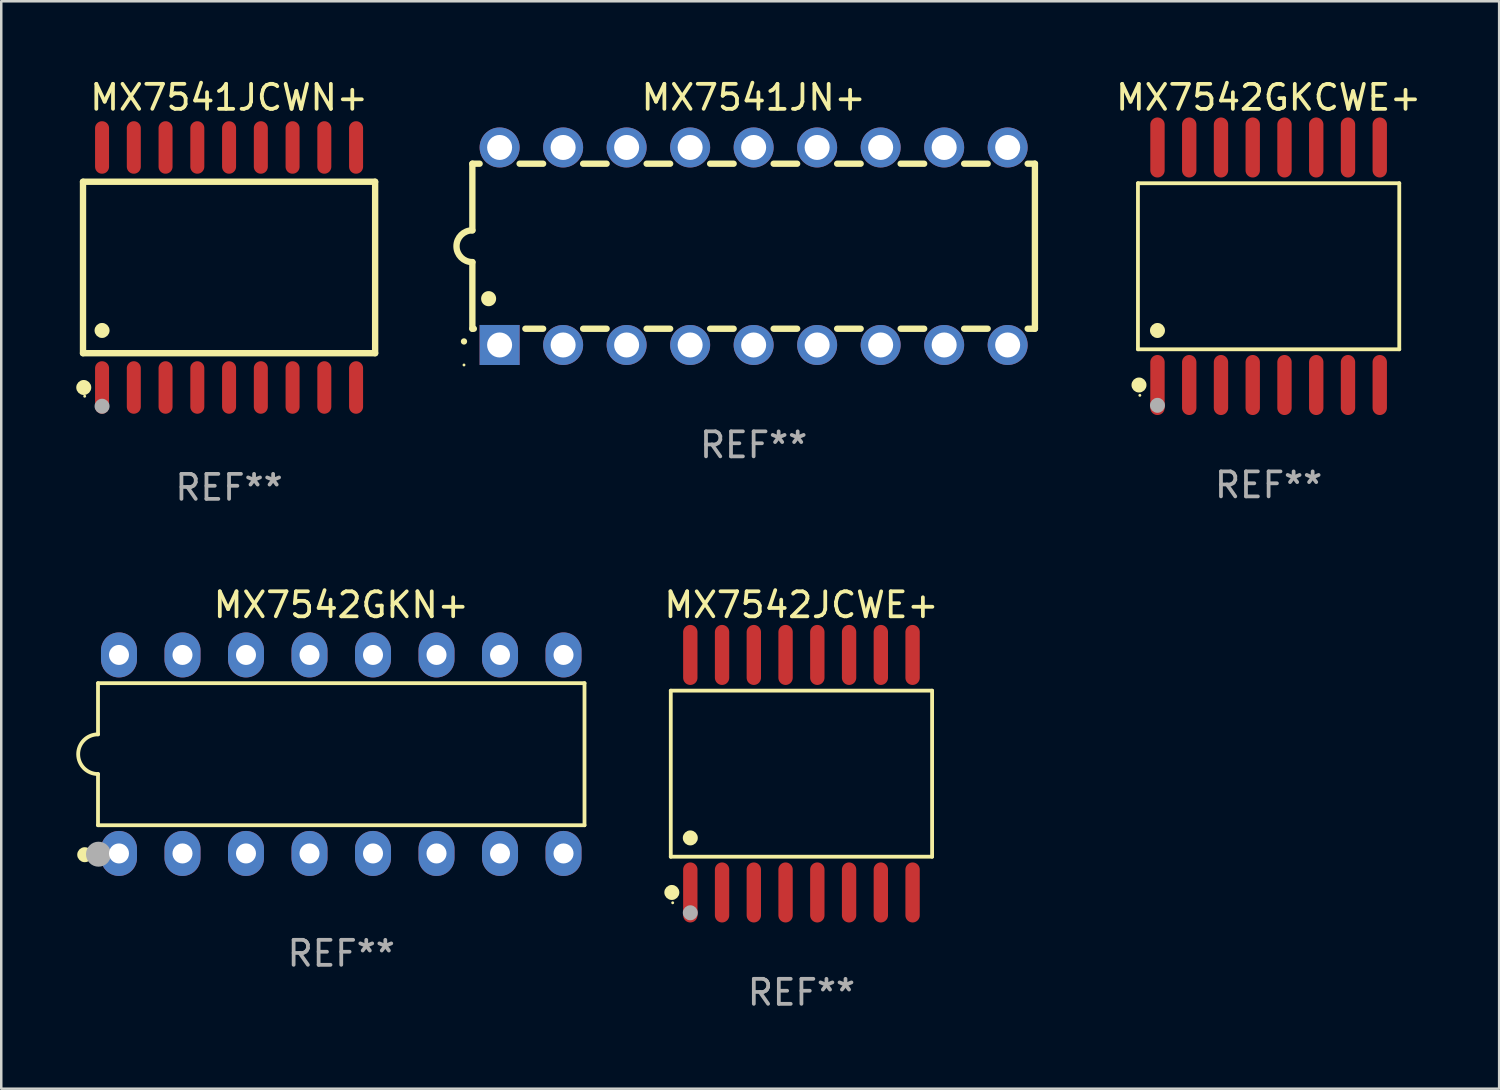
<source format=kicad_pcb>
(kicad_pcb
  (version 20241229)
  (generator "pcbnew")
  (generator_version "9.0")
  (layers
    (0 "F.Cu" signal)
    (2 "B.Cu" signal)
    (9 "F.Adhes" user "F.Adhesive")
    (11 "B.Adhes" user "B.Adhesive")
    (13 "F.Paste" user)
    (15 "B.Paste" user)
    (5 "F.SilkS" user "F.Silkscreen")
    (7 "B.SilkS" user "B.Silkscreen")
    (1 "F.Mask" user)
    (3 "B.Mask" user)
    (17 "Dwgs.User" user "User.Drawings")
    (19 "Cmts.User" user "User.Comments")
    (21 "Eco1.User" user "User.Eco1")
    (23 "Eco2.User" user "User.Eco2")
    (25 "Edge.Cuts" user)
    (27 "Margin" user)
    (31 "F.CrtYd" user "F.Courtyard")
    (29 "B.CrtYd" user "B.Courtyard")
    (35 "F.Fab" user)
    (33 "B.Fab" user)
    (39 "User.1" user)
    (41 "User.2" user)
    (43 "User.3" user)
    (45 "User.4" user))
  (footprint "MX7541JN+"
    (layer "F.Cu")
    (at 27.093 6.798)
    (property "Reference" "MX7541JN+" (at 0 -5.95 0) (layer "F.SilkS") (effects (font (size 1 1) (thickness 0.15))))
    (attr through_hole)
    (fp_line (start -11.25 -3.3) (end -11.25 -0.635) (stroke (width 0.254) (type solid)) (layer "F.SilkS"))
    (fp_line (start -11.25 -3.3) (end -10.96 -3.3) (stroke (width 0.254) (type solid)) (layer "F.SilkS"))
    (fp_line (start -11.25 3.3) (end -11.25 0.635) (stroke (width 0.254) (type solid)) (layer "F.SilkS"))
    (fp_line (start -11.25 3.3) (end -11.191 3.3) (stroke (width 0.254) (type solid)) (layer "F.SilkS"))
    (fp_line (start -9.36 -3.3) (end -8.42 -3.3) (stroke (width 0.254) (type solid)) (layer "F.SilkS"))
    (fp_line (start -9.129 3.3) (end -8.42 3.3) (stroke (width 0.254) (type solid)) (layer "F.SilkS"))
    (fp_line (start -6.82 -3.3) (end -5.88 -3.3) (stroke (width 0.254) (type solid)) (layer "F.SilkS"))
    (fp_line (start -6.82 3.3) (end -5.88 3.3) (stroke (width 0.254) (type solid)) (layer "F.SilkS"))
    (fp_line (start -4.28 -3.3) (end -3.34 -3.3) (stroke (width 0.254) (type solid)) (layer "F.SilkS"))
    (fp_line (start -4.28 3.3) (end -3.34 3.3) (stroke (width 0.254) (type solid)) (layer "F.SilkS"))
    (fp_line (start -1.74 -3.3) (end -0.8 -3.3) (stroke (width 0.254) (type solid)) (layer "F.SilkS"))
    (fp_line (start -1.74 3.3) (end -0.8 3.3) (stroke (width 0.254) (type solid)) (layer "F.SilkS"))
    (fp_line (start 0.8 -3.3) (end 1.74 -3.3) (stroke (width 0.254) (type solid)) (layer "F.SilkS"))
    (fp_line (start 0.8 3.3) (end 1.74 3.3) (stroke (width 0.254) (type solid)) (layer "F.SilkS"))
    (fp_line (start 3.34 -3.3) (end 4.28 -3.3) (stroke (width 0.254) (type solid)) (layer "F.SilkS"))
    (fp_line (start 3.34 3.3) (end 4.28 3.3) (stroke (width 0.254) (type solid)) (layer "F.SilkS"))
    (fp_line (start 5.88 -3.3) (end 6.82 -3.3) (stroke (width 0.254) (type solid)) (layer "F.SilkS"))
    (fp_line (start 5.88 3.3) (end 6.82 3.3) (stroke (width 0.254) (type solid)) (layer "F.SilkS"))
    (fp_line (start 8.42 -3.3) (end 9.36 -3.3) (stroke (width 0.254) (type solid)) (layer "F.SilkS"))
    (fp_line (start 8.42 3.3) (end 9.36 3.3) (stroke (width 0.254) (type solid)) (layer "F.SilkS"))
    (fp_line (start 10.96 -3.3) (end 11.25 -3.3) (stroke (width 0.254) (type solid)) (layer "F.SilkS"))
    (fp_line (start 10.96 3.3) (end 11.25 3.3) (stroke (width 0.254) (type solid)) (layer "F.SilkS"))
    (fp_line (start 11.25 -3.3) (end 11.25 3.3) (stroke (width 0.254) (type solid)) (layer "F.SilkS"))
    (fp_arc (start -11.584963 3.810008) (mid -11.58497 3.808738) (end -11.584963 3.807468) (stroke (width 0.25) (type solid)) (layer "F.SilkS"))
    (fp_arc (start -11.250013 0.635001) (mid -11.884684 -0.000165) (end -11.249683 -0.635001) (stroke (width 0.254001) (type solid)) (layer "F.SilkS"))
    (fp_arc (start -10.600025 2.1) (mid -10.600036 2.09746) (end -10.600025 2.09492) (stroke (width 0.6) (type solid)) (layer "F.SilkS"))
    (fp_circle (center -11.585 4.75) (end -11.555 4.75) (stroke (width 0.06) (type solid)) (fill no) (layer "F.SilkS"))
    (fp_text user "REF**" (at 0 7.95 0) (layer "F.Fab") (effects (font (size 1 1) (thickness 0.15))))
    (pad "1" thru_hole rect (at -10.16 3.95 90) (size 1.6 1.6) (drill 1) (layers "*.Cu" "*.Mask"))
    (pad "2" thru_hole circle (at -7.62 3.95 90) (size 1.6 1.6) (drill 1) (layers "*.Cu" "*.Mask"))
    (pad "3" thru_hole circle (at -5.08 3.95 90) (size 1.6 1.6) (drill 1) (layers "*.Cu" "*.Mask"))
    (pad "4" thru_hole circle (at -2.54 3.95 90) (size 1.6 1.6) (drill 1) (layers "*.Cu" "*.Mask"))
    (pad "5" thru_hole circle (at 0 3.95 90) (size 1.6 1.6) (drill 1) (layers "*.Cu" "*.Mask"))
    (pad "6" thru_hole circle (at 2.54 3.95 90) (size 1.6 1.6) (drill 1) (layers "*.Cu" "*.Mask"))
    (pad "7" thru_hole circle (at 5.08 3.95 90) (size 1.6 1.6) (drill 1) (layers "*.Cu" "*.Mask"))
    (pad "8" thru_hole circle (at 7.62 3.95 90) (size 1.6 1.6) (drill 1) (layers "*.Cu" "*.Mask"))
    (pad "9" thru_hole circle (at 10.16 3.95 90) (size 1.6 1.6) (drill 1) (layers "*.Cu" "*.Mask"))
    (pad "10" thru_hole circle (at 10.16 -3.95 90) (size 1.6 1.6) (drill 1) (layers "*.Cu" "*.Mask"))
    (pad "11" thru_hole circle (at 7.62 -3.95 90) (size 1.6 1.6) (drill 1) (layers "*.Cu" "*.Mask"))
    (pad "12" thru_hole circle (at 5.08 -3.95 90) (size 1.6 1.6) (drill 1) (layers "*.Cu" "*.Mask"))
    (pad "13" thru_hole circle (at 2.54 -3.95 90) (size 1.6 1.6) (drill 1) (layers "*.Cu" "*.Mask"))
    (pad "14" thru_hole circle (at 0 -3.95 90) (size 1.6 1.6) (drill 1) (layers "*.Cu" "*.Mask"))
    (pad "15" thru_hole circle (at -2.54 -3.95 90) (size 1.6 1.6) (drill 1) (layers "*.Cu" "*.Mask"))
    (pad "16" thru_hole circle (at -5.08 -3.95 90) (size 1.6 1.6) (drill 1) (layers "*.Cu" "*.Mask"))
    (pad "17" thru_hole circle (at -7.62 -3.95 90) (size 1.6 1.6) (drill 1) (layers "*.Cu" "*.Mask"))
    (pad "18" thru_hole circle (at -10.16 -3.95 90) (size 1.6 1.6) (drill 1) (layers "*.Cu" "*.Mask")))
  (footprint "MX7542GKCWE+"
    (layer "F.Cu")
    (at 47.69 7.599)
    (property "Reference" "MX7542GKCWE+" (at 0 -6.75 0) (layer "F.SilkS") (effects (font (size 1 1) (thickness 0.15))))
    (attr through_hole)
    (fp_line (start -5.226 -3.321) (end 5.226 -3.321) (stroke (width 0.152) (type solid)) (layer "F.SilkS"))
    (fp_line (start -5.226 3.321) (end -5.226 -3.321) (stroke (width 0.152) (type solid)) (layer "F.SilkS"))
    (fp_line (start 5.226 -3.321) (end 5.226 3.321) (stroke (width 0.152) (type solid)) (layer "F.SilkS"))
    (fp_line (start 5.226 3.321) (end -5.226 3.321) (stroke (width 0.152) (type solid)) (layer "F.SilkS"))
    (fp_circle (center -5.184 4.75) (end -5.034 4.75) (stroke (width 0.3) (type solid)) (fill no) (layer "F.SilkS"))
    (fp_circle (center -5.15 5.163) (end -5.12 5.163) (stroke (width 0.06) (type solid)) (fill no) (layer "F.SilkS"))
    (fp_circle (center -4.445 2.569) (end -4.295 2.569) (stroke (width 0.3) (type solid)) (fill no) (layer "F.SilkS"))
    (fp_circle (center -4.445 5.563) (end -4.295 5.563) (stroke (width 0.3) (type solid)) (fill no) (layer "F.Fab"))
    (fp_text user "REF**" (at 0 8.75 0) (layer "F.Fab") (effects (font (size 1 1) (thickness 0.15))))
    (pad "1" smd oval (at -4.445 4.75) (size 0.574 2.401) (layers "F.Cu" "F.Mask" "F.Paste"))
    (pad "2" smd oval (at -3.175 4.75) (size 0.574 2.401) (layers "F.Cu" "F.Mask" "F.Paste"))
    (pad "3" smd oval (at -1.905 4.75) (size 0.574 2.401) (layers "F.Cu" "F.Mask" "F.Paste"))
    (pad "4" smd oval (at -0.635 4.75) (size 0.574 2.401) (layers "F.Cu" "F.Mask" "F.Paste"))
    (pad "5" smd oval (at 0.635 4.75) (size 0.574 2.401) (layers "F.Cu" "F.Mask" "F.Paste"))
    (pad "6" smd oval (at 1.905 4.75) (size 0.574 2.401) (layers "F.Cu" "F.Mask" "F.Paste"))
    (pad "7" smd oval (at 3.175 4.75) (size 0.574 2.401) (layers "F.Cu" "F.Mask" "F.Paste"))
    (pad "8" smd oval (at 4.445 4.75) (size 0.574 2.401) (layers "F.Cu" "F.Mask" "F.Paste"))
    (pad "9" smd oval (at 4.445 -4.75) (size 0.574 2.401) (layers "F.Cu" "F.Mask" "F.Paste"))
    (pad "10" smd oval (at 3.175 -4.75) (size 0.574 2.401) (layers "F.Cu" "F.Mask" "F.Paste"))
    (pad "11" smd oval (at 1.905 -4.75) (size 0.574 2.401) (layers "F.Cu" "F.Mask" "F.Paste"))
    (pad "12" smd oval (at 0.635 -4.75) (size 0.574 2.401) (layers "F.Cu" "F.Mask" "F.Paste"))
    (pad "13" smd oval (at -0.635 -4.75) (size 0.574 2.401) (layers "F.Cu" "F.Mask" "F.Paste"))
    (pad "14" smd oval (at -1.905 -4.75) (size 0.574 2.401) (layers "F.Cu" "F.Mask" "F.Paste"))
    (pad "15" smd oval (at -3.175 -4.75) (size 0.574 2.401) (layers "F.Cu" "F.Mask" "F.Paste"))
    (pad "16" smd oval (at -4.445 -4.75) (size 0.574 2.401) (layers "F.Cu" "F.Mask" "F.Paste")))
  (footprint "MX7541JCWN+"
    (layer "F.Cu")
    (at 6.112 7.648)
    (property "Reference" "MX7541JCWN+" (at 0 -6.8 0) (layer "F.SilkS") (effects (font (size 1 1) (thickness 0.15))))
    (attr through_hole)
    (fp_line (start -5.842 -3.429) (end -5.842 3.429) (stroke (width 0.254) (type solid)) (layer "F.SilkS"))
    (fp_line (start -5.842 3.429) (end 5.842 3.429) (stroke (width 0.254) (type solid)) (layer "F.SilkS"))
    (fp_line (start 5.842 -3.429) (end -5.842 -3.429) (stroke (width 0.254) (type solid)) (layer "F.SilkS"))
    (fp_line (start 5.842 3.429) (end 5.842 -3.429) (stroke (width 0.254) (type solid)) (layer "F.SilkS"))
    (fp_circle (center -5.812 4.8) (end -5.662 4.8) (stroke (width 0.3) (type solid)) (fill no) (layer "F.SilkS"))
    (fp_circle (center -5.775 5.15) (end -5.745 5.15) (stroke (width 0.06) (type solid)) (fill no) (layer "F.SilkS"))
    (fp_circle (center -5.08 2.519) (end -4.93 2.519) (stroke (width 0.3) (type solid)) (fill no) (layer "F.SilkS"))
    (fp_circle (center -5.08 5.55) (end -4.93 5.55) (stroke (width 0.3) (type solid)) (fill no) (layer "F.Fab"))
    (fp_text user "REF**" (at 0 8.8 0) (layer "F.Fab") (effects (font (size 1 1) (thickness 0.15))))
    (pad "1" smd oval (at -5.08 4.8) (size 0.56 2.1) (layers "F.Cu" "F.Mask" "F.Paste"))
    (pad "2" smd oval (at -3.81 4.8) (size 0.56 2.1) (layers "F.Cu" "F.Mask" "F.Paste"))
    (pad "3" smd oval (at -2.54 4.8) (size 0.56 2.1) (layers "F.Cu" "F.Mask" "F.Paste"))
    (pad "4" smd oval (at -1.27 4.8) (size 0.56 2.1) (layers "F.Cu" "F.Mask" "F.Paste"))
    (pad "5" smd oval (at 0 4.8) (size 0.56 2.1) (layers "F.Cu" "F.Mask" "F.Paste"))
    (pad "6" smd oval (at 1.27 4.8) (size 0.56 2.1) (layers "F.Cu" "F.Mask" "F.Paste"))
    (pad "7" smd oval (at 2.54 4.8) (size 0.56 2.1) (layers "F.Cu" "F.Mask" "F.Paste"))
    (pad "8" smd oval (at 3.81 4.8) (size 0.56 2.1) (layers "F.Cu" "F.Mask" "F.Paste"))
    (pad "9" smd oval (at 5.08 4.8) (size 0.56 2.1) (layers "F.Cu" "F.Mask" "F.Paste"))
    (pad "10" smd oval (at 5.08 -4.8) (size 0.56 2.1) (layers "F.Cu" "F.Mask" "F.Paste"))
    (pad "11" smd oval (at 3.81 -4.8) (size 0.56 2.1) (layers "F.Cu" "F.Mask" "F.Paste"))
    (pad "12" smd oval (at 2.54 -4.8) (size 0.56 2.1) (layers "F.Cu" "F.Mask" "F.Paste"))
    (pad "13" smd oval (at 1.27 -4.8) (size 0.56 2.1) (layers "F.Cu" "F.Mask" "F.Paste"))
    (pad "14" smd oval (at 0 -4.8) (size 0.56 2.1) (layers "F.Cu" "F.Mask" "F.Paste"))
    (pad "15" smd oval (at -1.27 -4.8) (size 0.56 2.1) (layers "F.Cu" "F.Mask" "F.Paste"))
    (pad "16" smd oval (at -2.54 -4.8) (size 0.56 2.1) (layers "F.Cu" "F.Mask" "F.Paste"))
    (pad "17" smd oval (at -3.81 -4.8) (size 0.56 2.1) (layers "F.Cu" "F.Mask" "F.Paste"))
    (pad "18" smd oval (at -5.08 -4.8) (size 0.56 2.1) (layers "F.Cu" "F.Mask" "F.Paste")))
  (footprint "MX7542JCWE+"
    (layer "F.Cu")
    (at 29.005 27.895)
    (property "Reference" "MX7542JCWE+" (at 0 -6.75 0) (layer "F.SilkS") (effects (font (size 1 1) (thickness 0.15))))
    (attr through_hole)
    (fp_line (start -5.226 -3.321) (end 5.226 -3.321) (stroke (width 0.152) (type solid)) (layer "F.SilkS"))
    (fp_line (start -5.226 3.321) (end -5.226 -3.321) (stroke (width 0.152) (type solid)) (layer "F.SilkS"))
    (fp_line (start 5.226 -3.321) (end 5.226 3.321) (stroke (width 0.152) (type solid)) (layer "F.SilkS"))
    (fp_line (start 5.226 3.321) (end -5.226 3.321) (stroke (width 0.152) (type solid)) (layer "F.SilkS"))
    (fp_circle (center -5.184 4.75) (end -5.034 4.75) (stroke (width 0.3) (type solid)) (fill no) (layer "F.SilkS"))
    (fp_circle (center -5.15 5.163) (end -5.12 5.163) (stroke (width 0.06) (type solid)) (fill no) (layer "F.SilkS"))
    (fp_circle (center -4.445 2.569) (end -4.295 2.569) (stroke (width 0.3) (type solid)) (fill no) (layer "F.SilkS"))
    (fp_circle (center -4.445 5.563) (end -4.295 5.563) (stroke (width 0.3) (type solid)) (fill no) (layer "F.Fab"))
    (fp_text user "REF**" (at 0 8.75 0) (layer "F.Fab") (effects (font (size 1 1) (thickness 0.15))))
    (pad "1" smd oval (at -4.445 4.75) (size 0.574 2.401) (layers "F.Cu" "F.Mask" "F.Paste"))
    (pad "2" smd oval (at -3.175 4.75) (size 0.574 2.401) (layers "F.Cu" "F.Mask" "F.Paste"))
    (pad "3" smd oval (at -1.905 4.75) (size 0.574 2.401) (layers "F.Cu" "F.Mask" "F.Paste"))
    (pad "4" smd oval (at -0.635 4.75) (size 0.574 2.401) (layers "F.Cu" "F.Mask" "F.Paste"))
    (pad "5" smd oval (at 0.635 4.75) (size 0.574 2.401) (layers "F.Cu" "F.Mask" "F.Paste"))
    (pad "6" smd oval (at 1.905 4.75) (size 0.574 2.401) (layers "F.Cu" "F.Mask" "F.Paste"))
    (pad "7" smd oval (at 3.175 4.75) (size 0.574 2.401) (layers "F.Cu" "F.Mask" "F.Paste"))
    (pad "8" smd oval (at 4.445 4.75) (size 0.574 2.401) (layers "F.Cu" "F.Mask" "F.Paste"))
    (pad "9" smd oval (at 4.445 -4.75) (size 0.574 2.401) (layers "F.Cu" "F.Mask" "F.Paste"))
    (pad "10" smd oval (at 3.175 -4.75) (size 0.574 2.401) (layers "F.Cu" "F.Mask" "F.Paste"))
    (pad "11" smd oval (at 1.905 -4.75) (size 0.574 2.401) (layers "F.Cu" "F.Mask" "F.Paste"))
    (pad "12" smd oval (at 0.635 -4.75) (size 0.574 2.401) (layers "F.Cu" "F.Mask" "F.Paste"))
    (pad "13" smd oval (at -0.635 -4.75) (size 0.574 2.401) (layers "F.Cu" "F.Mask" "F.Paste"))
    (pad "14" smd oval (at -1.905 -4.75) (size 0.574 2.401) (layers "F.Cu" "F.Mask" "F.Paste"))
    (pad "15" smd oval (at -3.175 -4.75) (size 0.574 2.401) (layers "F.Cu" "F.Mask" "F.Paste"))
    (pad "16" smd oval (at -4.445 -4.75) (size 0.574 2.401) (layers "F.Cu" "F.Mask" "F.Paste")))
  (footprint "MX7542GKN+"
    (layer "F.Cu")
    (at 10.599 27.115)
    (property "Reference" "MX7542GKN+" (at 0 -5.97 0) (layer "F.SilkS") (effects (font (size 1 1) (thickness 0.15))))
    (attr through_hole)
    (fp_line (start -9.729 -2.841) (end -9.729 -0.794) (stroke (width 0.152) (type solid)) (layer "F.SilkS"))
    (fp_line (start -9.729 0.794) (end -9.729 2.841) (stroke (width 0.152) (type solid)) (layer "F.SilkS"))
    (fp_line (start -9.729 2.841) (end 9.729 2.841) (stroke (width 0.152) (type solid)) (layer "F.SilkS"))
    (fp_line (start 9.729 -2.841) (end -9.729 -2.841) (stroke (width 0.152) (type solid)) (layer "F.SilkS"))
    (fp_line (start 9.729 2.841) (end 9.729 -2.841) (stroke (width 0.152) (type solid)) (layer "F.SilkS"))
    (fp_arc (start -9.7287 0.793749) (mid -10.522449 0) (end -9.7287 -0.793749) (stroke (width 0.1524) (type solid)) (layer "F.SilkS"))
    (fp_circle (center -10.26 4.02) (end -10.11 4.02) (stroke (width 0.3) (type solid)) (fill no) (layer "F.SilkS"))
    (fp_circle (center -9.653 4.23) (end -9.623 4.23) (stroke (width 0.06) (type solid)) (fill no) (layer "F.SilkS"))
    (fp_circle (center -9.71 4) (end -9.46 4) (stroke (width 0.5) (type solid)) (fill no) (layer "F.Fab"))
    (fp_text user "REF**" (at 0 7.97 0) (layer "F.Fab") (effects (font (size 1 1) (thickness 0.15))))
    (pad "1" thru_hole oval (at -8.89 3.97) (size 1.44 1.8) (drill 0.8) (layers "*.Cu" "*.Mask"))
    (pad "2" thru_hole oval (at -6.35 3.97) (size 1.44 1.8) (drill 0.8) (layers "*.Cu" "*.Mask"))
    (pad "3" thru_hole oval (at -3.81 3.97) (size 1.44 1.8) (drill 0.8) (layers "*.Cu" "*.Mask"))
    (pad "4" thru_hole oval (at -1.27 3.97) (size 1.44 1.8) (drill 0.8) (layers "*.Cu" "*.Mask"))
    (pad "5" thru_hole oval (at 1.27 3.97) (size 1.44 1.8) (drill 0.8) (layers "*.Cu" "*.Mask"))
    (pad "6" thru_hole oval (at 3.81 3.97) (size 1.44 1.8) (drill 0.8) (layers "*.Cu" "*.Mask"))
    (pad "7" thru_hole oval (at 6.35 3.97) (size 1.44 1.8) (drill 0.8) (layers "*.Cu" "*.Mask"))
    (pad "8" thru_hole oval (at 8.89 3.97) (size 1.44 1.8) (drill 0.8) (layers "*.Cu" "*.Mask"))
    (pad "9" thru_hole oval (at 8.89 -3.97) (size 1.44 1.8) (drill 0.8) (layers "*.Cu" "*.Mask"))
    (pad "10" thru_hole oval (at 6.35 -3.97) (size 1.44 1.8) (drill 0.8) (layers "*.Cu" "*.Mask"))
    (pad "11" thru_hole oval (at 3.81 -3.97) (size 1.44 1.8) (drill 0.8) (layers "*.Cu" "*.Mask"))
    (pad "12" thru_hole oval (at 1.27 -3.97) (size 1.44 1.8) (drill 0.8) (layers "*.Cu" "*.Mask"))
    (pad "13" thru_hole oval (at -1.27 -3.97) (size 1.44 1.8) (drill 0.8) (layers "*.Cu" "*.Mask"))
    (pad "14" thru_hole oval (at -3.81 -3.97) (size 1.44 1.8) (drill 0.8) (layers "*.Cu" "*.Mask"))
    (pad "15" thru_hole oval (at -6.35 -3.97) (size 1.44 1.8) (drill 0.8) (layers "*.Cu" "*.Mask"))
    (pad "16" thru_hole oval (at -8.89 -3.97) (size 1.44 1.8) (drill 0.8) (layers "*.Cu" "*.Mask")))
  (gr_rect
    (start -3 -3)
    (end 56.911 40.494)
    (stroke (width 0.1) (type default))
    (fill no)
    (layer "Edge.Cuts")))
</source>
